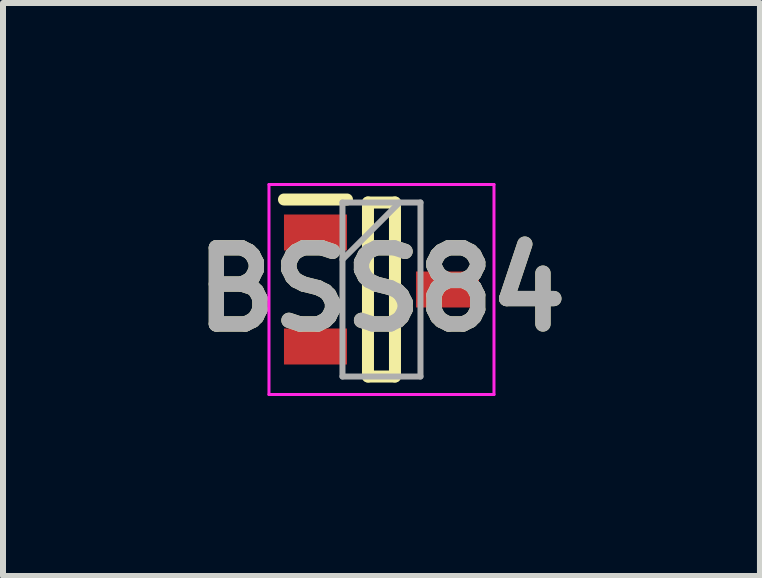
<source format=kicad_pcb>
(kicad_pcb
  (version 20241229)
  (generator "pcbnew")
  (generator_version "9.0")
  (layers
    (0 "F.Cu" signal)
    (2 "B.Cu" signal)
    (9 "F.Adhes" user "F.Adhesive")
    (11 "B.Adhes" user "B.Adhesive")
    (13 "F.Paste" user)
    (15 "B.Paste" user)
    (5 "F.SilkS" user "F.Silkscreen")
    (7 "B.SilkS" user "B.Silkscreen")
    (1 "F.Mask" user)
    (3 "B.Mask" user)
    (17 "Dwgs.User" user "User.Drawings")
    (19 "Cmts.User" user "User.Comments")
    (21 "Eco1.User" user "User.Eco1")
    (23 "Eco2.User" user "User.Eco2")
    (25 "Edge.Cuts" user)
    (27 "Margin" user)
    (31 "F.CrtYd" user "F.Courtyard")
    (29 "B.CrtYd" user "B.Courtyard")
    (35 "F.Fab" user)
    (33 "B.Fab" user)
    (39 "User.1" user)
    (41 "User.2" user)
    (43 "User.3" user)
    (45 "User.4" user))
  (footprint "BSS84"
    (layer "F.Cu")
    (at 3.308 1.775)
    (property "Reference" "BSS84" (at 0 0 0) (layer "F.SilkS") (effects (font (size 1.27 1.27) (thickness 0.254))))
    (attr smd)
    (fp_line (start -1.625 -1.5) (end -0.575 -1.5) (stroke (width 0.2) (type solid)) (layer "F.SilkS"))
    (fp_line (start -0.225 -1.45) (end 0.225 -1.45) (stroke (width 0.2) (type solid)) (layer "F.SilkS"))
    (fp_line (start -0.225 1.45) (end -0.225 -1.45) (stroke (width 0.2) (type solid)) (layer "F.SilkS"))
    (fp_line (start 0.225 -1.45) (end 0.225 1.45) (stroke (width 0.2) (type solid)) (layer "F.SilkS"))
    (fp_line (start 0.225 1.45) (end -0.225 1.45) (stroke (width 0.2) (type solid)) (layer "F.SilkS"))
    (fp_line (start -1.875 -1.75) (end 1.875 -1.75) (stroke (width 0.05) (type solid)) (layer "F.CrtYd"))
    (fp_line (start -1.875 1.75) (end -1.875 -1.75) (stroke (width 0.05) (type solid)) (layer "F.CrtYd"))
    (fp_line (start 1.875 -1.75) (end 1.875 1.75) (stroke (width 0.05) (type solid)) (layer "F.CrtYd"))
    (fp_line (start 1.875 1.75) (end -1.875 1.75) (stroke (width 0.05) (type solid)) (layer "F.CrtYd"))
    (fp_line (start -0.65 -1.45) (end 0.65 -1.45) (stroke (width 0.1) (type solid)) (layer "F.Fab"))
    (fp_line (start -0.65 -0.5) (end 0.3 -1.45) (stroke (width 0.1) (type solid)) (layer "F.Fab"))
    (fp_line (start -0.65 1.45) (end -0.65 -1.45) (stroke (width 0.1) (type solid)) (layer "F.Fab"))
    (fp_line (start 0.65 -1.45) (end 0.65 1.45) (stroke (width 0.1) (type solid)) (layer "F.Fab"))
    (fp_line (start 0.65 1.45) (end -0.65 1.45) (stroke (width 0.1) (type solid)) (layer "F.Fab"))
    (fp_text user "${REFERENCE}" (at 0 0 0) (layer "F.Fab") (effects (font (size 1.27 1.27) (thickness 0.254))))
    (pad "1" smd rect (at -1.1 -0.95 90) (size 0.6 1.05) (layers "F.Cu" "F.Mask" "F.Paste"))
    (pad "2" smd rect (at -1.1 0.95 90) (size 0.6 1.05) (layers "F.Cu" "F.Mask" "F.Paste"))
    (pad "3" smd rect (at 1.1 0 90) (size 0.6 1.05) (layers "F.Cu" "F.Mask" "F.Paste")))
  (gr_rect
    (start -3 -3)
    (end 9.616 6.55)
    (stroke (width 0.1) (type default))
    (fill no)
    (layer "Edge.Cuts")))
</source>
